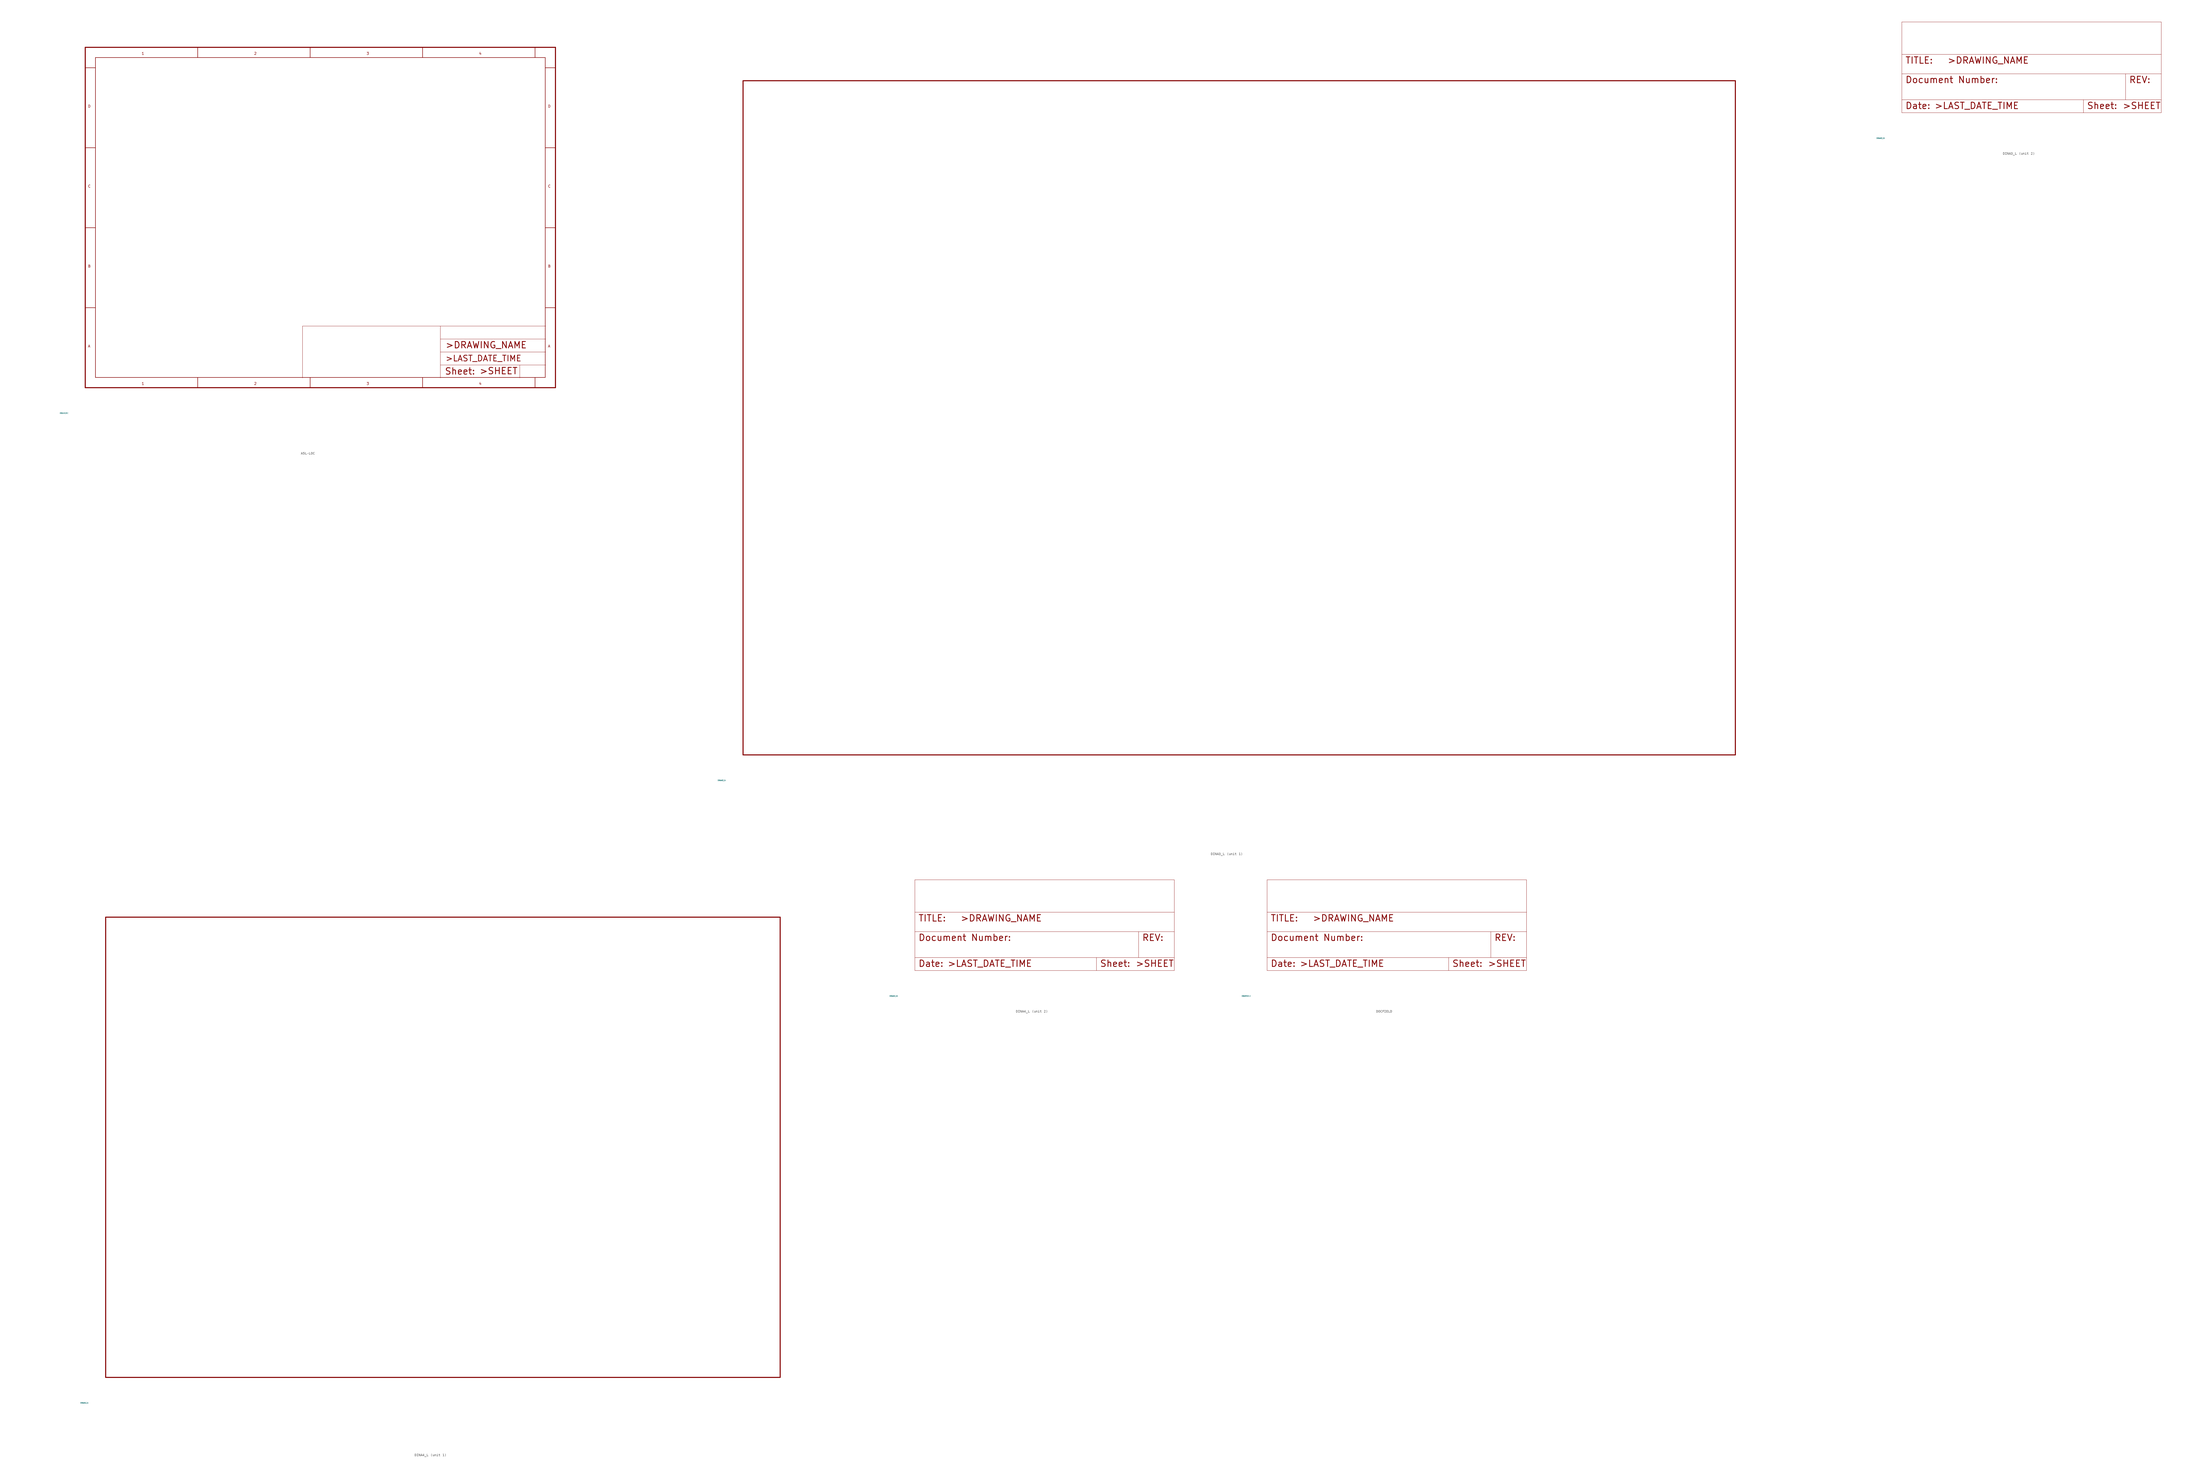
<source format=kicad_sym>
(kicad_symbol_lib
  (version 20220914)
  (generator Eagle2Kicad)
  (symbol "A5L-LOC"
    (property "Reference" "FRAME"
      (at -10 -10 0)
      (effects (font (size 0.5 0.5) (thickness 0.06)) (justify left)))
    (property "Value" "A5L-LOC"
      (at -10 -10 0)
      (effects (font (size 0.5 0.5) (thickness 0.06)) (justify left)))
    (polyline
      (pts (xy 85.09 3.81) (xy 85.09 24.13))
      (stroke (width 0.102) (type default))
      (fill (type none)))
    (polyline
      (pts (xy 85.09 24.13) (xy 139.065 24.13))
      (stroke (width 0.102) (type default))
      (fill (type none)))
    (polyline
      (pts (xy 139.065 24.13) (xy 180.34 24.13))
      (stroke (width 0.102) (type default))
      (fill (type none)))
    (polyline
      (pts (xy 170.18 3.81) (xy 170.18 8.89))
      (stroke (width 0.102) (type default))
      (fill (type none)))
    (polyline
      (pts (xy 170.18 8.89) (xy 180.34 8.89))
      (stroke (width 0.102) (type default))
      (fill (type none)))
    (polyline
      (pts (xy 170.18 8.89) (xy 139.065 8.89))
      (stroke (width 0.102) (type default))
      (fill (type none)))
    (polyline
      (pts (xy 139.065 8.89) (xy 139.065 3.81))
      (stroke (width 0.102) (type default))
      (fill (type none)))
    (polyline
      (pts (xy 139.065 8.89) (xy 139.065 13.97))
      (stroke (width 0.102) (type default))
      (fill (type none)))
    (polyline
      (pts (xy 139.065 13.97) (xy 180.34 13.97))
      (stroke (width 0.102) (type default))
      (fill (type none)))
    (polyline
      (pts (xy 139.065 13.97) (xy 139.065 19.05))
      (stroke (width 0.102) (type default))
      (fill (type none)))
    (polyline
      (pts (xy 139.065 19.05) (xy 180.34 19.05))
      (stroke (width 0.102) (type default))
      (fill (type none)))
    (polyline
      (pts (xy 139.065 19.05) (xy 139.065 24.13))
      (stroke (width 0.102) (type default))
      (fill (type none)))
    (text ">DRAWING_NAME"
      (at 140.97 15.24 0)
      (effects (font (size 2.54 2.54) (thickness 0.32)) (justify left bottom)))
    (text ">LAST_DATE_TIME"
      (at 140.97 10.16 0)
      (effects (font (size 2.286 2.286) (thickness 0.29)) (justify left bottom)))
    (text ">SHEET"
      (at 154.305 5.08 0)
      (effects (font (size 2.54 2.54) (thickness 0.32)) (justify left bottom)))
    (text "Sheet:"
      (at 140.716 4.953 0)
      (effects (font (size 2.54 2.54) (thickness 0.32)) (justify left bottom)))
    (polyline
      (pts (xy 0 0) (xy 184.15 0))
      (stroke (width 0.4) (type default))
      (fill (type none)))
    (polyline
      (pts (xy 0 133.35) (xy 184.15 133.35))
      (stroke (width 0.4) (type default))
      (fill (type none)))
    (polyline
      (pts (xy 0 0) (xy 0 133.35))
      (stroke (width 0.4) (type default))
      (fill (type none)))
    (polyline
      (pts (xy 184.15 0) (xy 184.15 133.35))
      (stroke (width 0.4) (type default))
      (fill (type none)))
    (polyline
      (pts (xy 4 4) (xy 180.15 4))
      (stroke (width 0.2) (type default))
      (fill (type none)))
    (polyline
      (pts (xy 44.038 0) (xy 44.038 4))
      (stroke (width 0.2) (type default))
      (fill (type none)))
    (text "1"
      (at 22.019 1 0)
      (effects (font (size 1 1) (thickness 0.13)) (justify left bottom)))
    (polyline
      (pts (xy 88.075 0) (xy 88.075 4))
      (stroke (width 0.2) (type default))
      (fill (type none)))
    (text "2"
      (at 66.056 1 0)
      (effects (font (size 1 1) (thickness 0.13)) (justify left bottom)))
    (polyline
      (pts (xy 132.113 0) (xy 132.113 4))
      (stroke (width 0.2) (type default))
      (fill (type none)))
    (text "3"
      (at 110.094 1 0)
      (effects (font (size 1 1) (thickness 0.13)) (justify left bottom)))
    (polyline
      (pts (xy 176.15 0) (xy 176.15 4))
      (stroke (width 0.2) (type default))
      (fill (type none)))
    (text "4"
      (at 154.131 1 0)
      (effects (font (size 1 1) (thickness 0.13)) (justify left bottom)))
    (polyline
      (pts (xy 4 129.35) (xy 180.15 129.35))
      (stroke (width 0.2) (type default))
      (fill (type none)))
    (polyline
      (pts (xy 44.038 129.35) (xy 44.038 133.35))
      (stroke (width 0.2) (type default))
      (fill (type none)))
    (text "1"
      (at 22.019 130.35 0)
      (effects (font (size 1 1) (thickness 0.13)) (justify left bottom)))
    (polyline
      (pts (xy 88.075 129.35) (xy 88.075 133.35))
      (stroke (width 0.2) (type default))
      (fill (type none)))
    (text "2"
      (at 66.056 130.35 0)
      (effects (font (size 1 1) (thickness 0.13)) (justify left bottom)))
    (polyline
      (pts (xy 132.113 129.35) (xy 132.113 133.35))
      (stroke (width 0.2) (type default))
      (fill (type none)))
    (text "3"
      (at 110.094 130.35 0)
      (effects (font (size 1 1) (thickness 0.13)) (justify left bottom)))
    (polyline
      (pts (xy 176.15 129.35) (xy 176.15 133.35))
      (stroke (width 0.2) (type default))
      (fill (type none)))
    (text "4"
      (at 154.131 130.35 0)
      (effects (font (size 1 1) (thickness 0.13)) (justify left bottom)))
    (polyline
      (pts (xy 4 4) (xy 4 129.35))
      (stroke (width 0.2) (type default))
      (fill (type none)))
    (polyline
      (pts (xy 0 31.337) (xy 4 31.337))
      (stroke (width 0.2) (type default))
      (fill (type none)))
    (text "A"
      (at 1 15.669 0)
      (effects (font (size 1 1) (thickness 0.13)) (justify left bottom)))
    (polyline
      (pts (xy 0 62.675) (xy 4 62.675))
      (stroke (width 0.2) (type default))
      (fill (type none)))
    (text "B"
      (at 1 47.006 0)
      (effects (font (size 1 1) (thickness 0.13)) (justify left bottom)))
    (polyline
      (pts (xy 0 94.013) (xy 4 94.013))
      (stroke (width 0.2) (type default))
      (fill (type none)))
    (text "C"
      (at 1 78.344 0)
      (effects (font (size 1 1) (thickness 0.13)) (justify left bottom)))
    (polyline
      (pts (xy 0 125.35) (xy 4 125.35))
      (stroke (width 0.2) (type default))
      (fill (type none)))
    (text "D"
      (at 1 109.681 0)
      (effects (font (size 1 1) (thickness 0.13)) (justify left bottom)))
    (polyline
      (pts (xy 180.15 4) (xy 180.15 129.35))
      (stroke (width 0.2) (type default))
      (fill (type none)))
    (polyline
      (pts (xy 180.15 31.337) (xy 184.15 31.337))
      (stroke (width 0.2) (type default))
      (fill (type none)))
    (text "A"
      (at 181.15 15.669 0)
      (effects (font (size 1 1) (thickness 0.13)) (justify left bottom)))
    (polyline
      (pts (xy 180.15 62.675) (xy 184.15 62.675))
      (stroke (width 0.2) (type default))
      (fill (type none)))
    (text "B"
      (at 181.15 47.006 0)
      (effects (font (size 1 1) (thickness 0.13)) (justify left bottom)))
    (polyline
      (pts (xy 180.15 94.013) (xy 184.15 94.013))
      (stroke (width 0.2) (type default))
      (fill (type none)))
    (text "C"
      (at 181.15 78.344 0)
      (effects (font (size 1 1) (thickness 0.13)) (justify left bottom)))
    (polyline
      (pts (xy 180.15 125.35) (xy 184.15 125.35))
      (stroke (width 0.2) (type default))
      (fill (type none)))
    (text "D"
      (at 181.15 109.681 0)
      (effects (font (size 1 1) (thickness 0.13)) (justify left bottom))))
  (symbol "DINA3_L"
    (property "Reference" "FRAME"
      (at -10 -10 0)
      (effects (font (size 0.5 0.5) (thickness 0.06)) (justify left)))
    (property "Value" "DINA3_L"
      (at -10 -10 0)
      (effects (font (size 0.5 0.5) (thickness 0.06)) (justify left)))
    (symbol "DINA3_L_1_0"
      (polyline (pts (xy 0 0) (xy 388.62 0)) (stroke (width 0.4) (type default)) (fill (type none)))
      (polyline (pts (xy 0 264.16) (xy 388.62 264.16)) (stroke (width 0.4) (type default)) (fill (type none)))
      (polyline (pts (xy 0 0) (xy 0 264.16)) (stroke (width 0.4) (type default)) (fill (type none)))
      (polyline (pts (xy 388.62 0) (xy 388.62 264.16)) (stroke (width 0.4) (type default)) (fill (type none))))
    (symbol "DINA3_L_2_0"
      (polyline (pts (xy 0 0) (xy 71.12 0)) (stroke (width 0.102) (type default)) (fill (type none)))
      (polyline (pts (xy 101.6 15.24) (xy 87.63 15.24)) (stroke (width 0.102) (type default)) (fill (type none)))
      (polyline (pts (xy 0 0) (xy 0 5.08)) (stroke (width 0.102) (type default)) (fill (type none)))
      (polyline (pts (xy 0 5.08) (xy 71.12 5.08)) (stroke (width 0.102) (type default)) (fill (type none)))
      (polyline (pts (xy 0 5.08) (xy 0 15.24)) (stroke (width 0.102) (type default)) (fill (type none)))
      (polyline (pts (xy 101.6 15.24) (xy 101.6 5.08)) (stroke (width 0.102) (type default)) (fill (type none)))
      (polyline (pts (xy 71.12 5.08) (xy 71.12 0)) (stroke (width 0.102) (type default)) (fill (type none)))
      (polyline (pts (xy 71.12 5.08) (xy 87.63 5.08)) (stroke (width 0.102) (type default)) (fill (type none)))
      (polyline (pts (xy 71.12 0) (xy 101.6 0)) (stroke (width 0.102) (type default)) (fill (type none)))
      (polyline (pts (xy 87.63 15.24) (xy 87.63 5.08)) (stroke (width 0.102) (type default)) (fill (type none)))
      (polyline (pts (xy 87.63 15.24) (xy 0 15.24)) (stroke (width 0.102) (type default)) (fill (type none)))
      (polyline (pts (xy 87.63 5.08) (xy 101.6 5.08)) (stroke (width 0.102) (type default)) (fill (type none)))
      (polyline (pts (xy 101.6 5.08) (xy 101.6 0)) (stroke (width 0.102) (type default)) (fill (type none)))
      (polyline (pts (xy 0 15.24) (xy 0 22.86)) (stroke (width 0.102) (type default)) (fill (type none)))
      (polyline (pts (xy 101.6 35.56) (xy 0 35.56)) (stroke (width 0.102) (type default)) (fill (type none)))
      (polyline (pts (xy 101.6 35.56) (xy 101.6 22.86)) (stroke (width 0.102) (type default)) (fill (type none)))
      (polyline (pts (xy 0 22.86) (xy 101.6 22.86)) (stroke (width 0.102) (type default)) (fill (type none)))
      (polyline (pts (xy 0 22.86) (xy 0 35.56)) (stroke (width 0.102) (type default)) (fill (type none)))
      (polyline (pts (xy 101.6 22.86) (xy 101.6 15.24)) (stroke (width 0.102) (type default)) (fill (type none)))
      (text "Date:" (at 1.27 1.27 0) (effects (font (size 2.54 2.54) (thickness 0.32)) (justify left bottom)))
      (text ">LAST_DATE_TIME" (at 12.7 1.27 0) (effects (font (size 2.54 2.54) (thickness 0.32)) (justify left bottom)))
      (text "Sheet:" (at 72.39 1.27 0) (effects (font (size 2.54 2.54) (thickness 0.32)) (justify left bottom)))
      (text ">SHEET" (at 86.36 1.27 0) (effects (font (size 2.54 2.54) (thickness 0.32)) (justify left bottom)))
      (text "REV:" (at 88.9 11.43 0) (effects (font (size 2.54 2.54) (thickness 0.32)) (justify left bottom)))
      (text "TITLE:" (at 1.27 19.05 0) (effects (font (size 2.54 2.54) (thickness 0.32)) (justify left bottom)))
      (text "Document Number:" (at 1.27 11.43 0) (effects (font (size 2.54 2.54) (thickness 0.32)) (justify left bottom)))
      (text ">DRAWING_NAME" (at 17.78 19.05 0) (effects (font (size 2.54 2.54) (thickness 0.32)) (justify left bottom)))))
  (symbol "DINA4_L"
    (property "Reference" "FRAME"
      (at -10 -10 0)
      (effects (font (size 0.5 0.5) (thickness 0.06)) (justify left)))
    (property "Value" "DINA4_L"
      (at -10 -10 0)
      (effects (font (size 0.5 0.5) (thickness 0.06)) (justify left)))
    (symbol "DINA4_L_1_0"
      (polyline (pts (xy 0 0) (xy 264.16 0)) (stroke (width 0.4) (type default)) (fill (type none)))
      (polyline (pts (xy 0 180.34) (xy 264.16 180.34)) (stroke (width 0.4) (type default)) (fill (type none)))
      (polyline (pts (xy 0 0) (xy 0 180.34)) (stroke (width 0.4) (type default)) (fill (type none)))
      (polyline (pts (xy 264.16 0) (xy 264.16 180.34)) (stroke (width 0.4) (type default)) (fill (type none))))
    (symbol "DINA4_L_2_0"
      (polyline (pts (xy 0 0) (xy 71.12 0)) (stroke (width 0.102) (type default)) (fill (type none)))
      (polyline (pts (xy 101.6 15.24) (xy 87.63 15.24)) (stroke (width 0.102) (type default)) (fill (type none)))
      (polyline (pts (xy 0 0) (xy 0 5.08)) (stroke (width 0.102) (type default)) (fill (type none)))
      (polyline (pts (xy 0 5.08) (xy 71.12 5.08)) (stroke (width 0.102) (type default)) (fill (type none)))
      (polyline (pts (xy 0 5.08) (xy 0 15.24)) (stroke (width 0.102) (type default)) (fill (type none)))
      (polyline (pts (xy 101.6 15.24) (xy 101.6 5.08)) (stroke (width 0.102) (type default)) (fill (type none)))
      (polyline (pts (xy 71.12 5.08) (xy 71.12 0)) (stroke (width 0.102) (type default)) (fill (type none)))
      (polyline (pts (xy 71.12 5.08) (xy 87.63 5.08)) (stroke (width 0.102) (type default)) (fill (type none)))
      (polyline (pts (xy 71.12 0) (xy 101.6 0)) (stroke (width 0.102) (type default)) (fill (type none)))
      (polyline (pts (xy 87.63 15.24) (xy 87.63 5.08)) (stroke (width 0.102) (type default)) (fill (type none)))
      (polyline (pts (xy 87.63 15.24) (xy 0 15.24)) (stroke (width 0.102) (type default)) (fill (type none)))
      (polyline (pts (xy 87.63 5.08) (xy 101.6 5.08)) (stroke (width 0.102) (type default)) (fill (type none)))
      (polyline (pts (xy 101.6 5.08) (xy 101.6 0)) (stroke (width 0.102) (type default)) (fill (type none)))
      (polyline (pts (xy 0 15.24) (xy 0 22.86)) (stroke (width 0.102) (type default)) (fill (type none)))
      (polyline (pts (xy 101.6 35.56) (xy 0 35.56)) (stroke (width 0.102) (type default)) (fill (type none)))
      (polyline (pts (xy 101.6 35.56) (xy 101.6 22.86)) (stroke (width 0.102) (type default)) (fill (type none)))
      (polyline (pts (xy 0 22.86) (xy 101.6 22.86)) (stroke (width 0.102) (type default)) (fill (type none)))
      (polyline (pts (xy 0 22.86) (xy 0 35.56)) (stroke (width 0.102) (type default)) (fill (type none)))
      (polyline (pts (xy 101.6 22.86) (xy 101.6 15.24)) (stroke (width 0.102) (type default)) (fill (type none)))
      (text "Date:" (at 1.27 1.27 0) (effects (font (size 2.54 2.54) (thickness 0.32)) (justify left bottom)))
      (text ">LAST_DATE_TIME" (at 12.7 1.27 0) (effects (font (size 2.54 2.54) (thickness 0.32)) (justify left bottom)))
      (text "Sheet:" (at 72.39 1.27 0) (effects (font (size 2.54 2.54) (thickness 0.32)) (justify left bottom)))
      (text ">SHEET" (at 86.36 1.27 0) (effects (font (size 2.54 2.54) (thickness 0.32)) (justify left bottom)))
      (text "REV:" (at 88.9 11.43 0) (effects (font (size 2.54 2.54) (thickness 0.32)) (justify left bottom)))
      (text "TITLE:" (at 1.27 19.05 0) (effects (font (size 2.54 2.54) (thickness 0.32)) (justify left bottom)))
      (text "Document Number:" (at 1.27 11.43 0) (effects (font (size 2.54 2.54) (thickness 0.32)) (justify left bottom)))
      (text ">DRAWING_NAME" (at 17.78 19.05 0) (effects (font (size 2.54 2.54) (thickness 0.32)) (justify left bottom)))))
  (symbol "DOCFIELD"
    (property "Reference" "FRAME"
      (at -10 -10 0)
      (effects (font (size 0.5 0.5) (thickness 0.06)) (justify left)))
    (property "Value" "DOCFIELD"
      (at -10 -10 0)
      (effects (font (size 0.5 0.5) (thickness 0.06)) (justify left)))
    (polyline
      (pts (xy 0 0) (xy 71.12 0))
      (stroke (width 0.102) (type default))
      (fill (type none)))
    (polyline
      (pts (xy 101.6 15.24) (xy 87.63 15.24))
      (stroke (width 0.102) (type default))
      (fill (type none)))
    (polyline
      (pts (xy 0 0) (xy 0 5.08))
      (stroke (width 0.102) (type default))
      (fill (type none)))
    (polyline
      (pts (xy 0 5.08) (xy 71.12 5.08))
      (stroke (width 0.102) (type default))
      (fill (type none)))
    (polyline
      (pts (xy 0 5.08) (xy 0 15.24))
      (stroke (width 0.102) (type default))
      (fill (type none)))
    (polyline
      (pts (xy 101.6 15.24) (xy 101.6 5.08))
      (stroke (width 0.102) (type default))
      (fill (type none)))
    (polyline
      (pts (xy 71.12 5.08) (xy 71.12 0))
      (stroke (width 0.102) (type default))
      (fill (type none)))
    (polyline
      (pts (xy 71.12 5.08) (xy 87.63 5.08))
      (stroke (width 0.102) (type default))
      (fill (type none)))
    (polyline
      (pts (xy 71.12 0) (xy 101.6 0))
      (stroke (width 0.102) (type default))
      (fill (type none)))
    (polyline
      (pts (xy 87.63 15.24) (xy 87.63 5.08))
      (stroke (width 0.102) (type default))
      (fill (type none)))
    (polyline
      (pts (xy 87.63 15.24) (xy 0 15.24))
      (stroke (width 0.102) (type default))
      (fill (type none)))
    (polyline
      (pts (xy 87.63 5.08) (xy 101.6 5.08))
      (stroke (width 0.102) (type default))
      (fill (type none)))
    (polyline
      (pts (xy 101.6 5.08) (xy 101.6 0))
      (stroke (width 0.102) (type default))
      (fill (type none)))
    (polyline
      (pts (xy 0 15.24) (xy 0 22.86))
      (stroke (width 0.102) (type default))
      (fill (type none)))
    (polyline
      (pts (xy 101.6 35.56) (xy 0 35.56))
      (stroke (width 0.102) (type default))
      (fill (type none)))
    (polyline
      (pts (xy 101.6 35.56) (xy 101.6 22.86))
      (stroke (width 0.102) (type default))
      (fill (type none)))
    (polyline
      (pts (xy 0 22.86) (xy 101.6 22.86))
      (stroke (width 0.102) (type default))
      (fill (type none)))
    (polyline
      (pts (xy 0 22.86) (xy 0 35.56))
      (stroke (width 0.102) (type default))
      (fill (type none)))
    (polyline
      (pts (xy 101.6 22.86) (xy 101.6 15.24))
      (stroke (width 0.102) (type default))
      (fill (type none)))
    (text "Date:"
      (at 1.27 1.27 0)
      (effects (font (size 2.54 2.54) (thickness 0.32)) (justify left bottom)))
    (text ">LAST_DATE_TIME"
      (at 12.7 1.27 0)
      (effects (font (size 2.54 2.54) (thickness 0.32)) (justify left bottom)))
    (text "Sheet:"
      (at 72.39 1.27 0)
      (effects (font (size 2.54 2.54) (thickness 0.32)) (justify left bottom)))
    (text ">SHEET"
      (at 86.36 1.27 0)
      (effects (font (size 2.54 2.54) (thickness 0.32)) (justify left bottom)))
    (text "REV:"
      (at 88.9 11.43 0)
      (effects (font (size 2.54 2.54) (thickness 0.32)) (justify left bottom)))
    (text "TITLE:"
      (at 1.27 19.05 0)
      (effects (font (size 2.54 2.54) (thickness 0.32)) (justify left bottom)))
    (text "Document Number:"
      (at 1.27 11.43 0)
      (effects (font (size 2.54 2.54) (thickness 0.32)) (justify left bottom)))
    (text ">DRAWING_NAME"
      (at 17.78 19.05 0)
      (effects (font (size 2.54 2.54) (thickness 0.32)) (justify left bottom)))))
</source>
